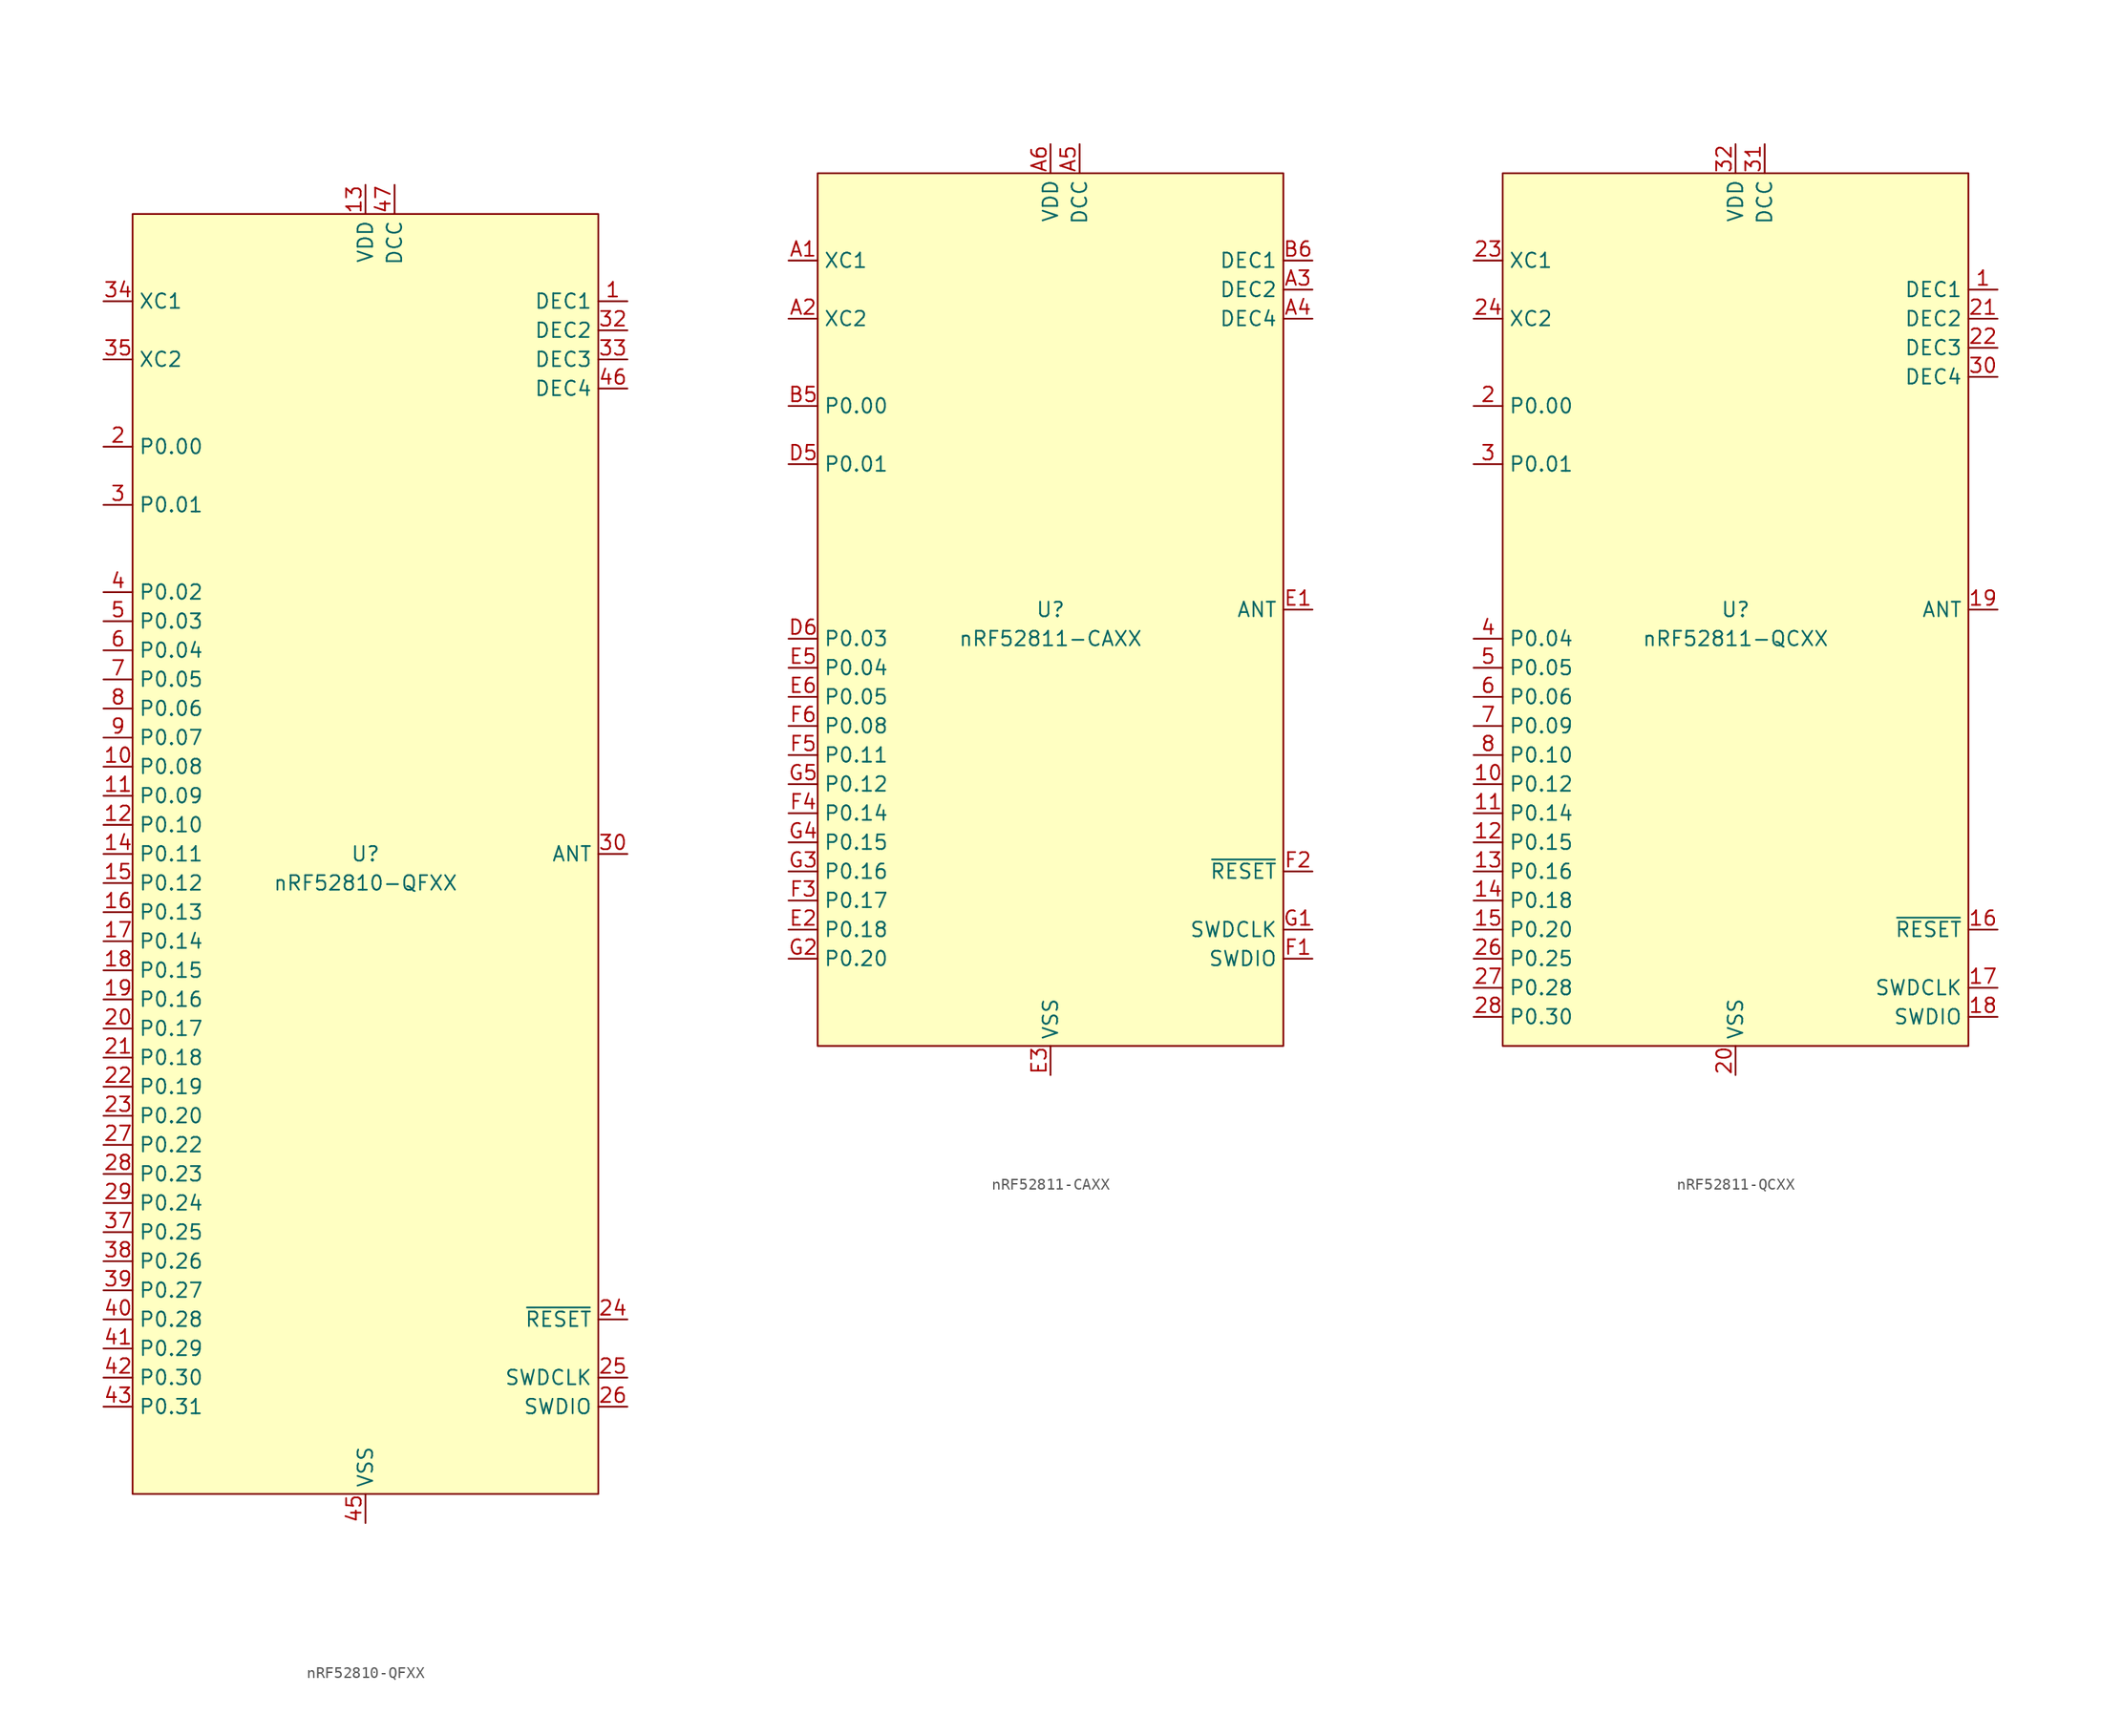
<source format=kicad_sym>
(kicad_symbol_lib
  (version 20241209)
  (generator "kicad_symbol_editor")
  (generator_version "9.0")
  (symbol "nRF52810-QFXX"
    (property "Reference" "U"
      (at 0 0 0)
      (do_not_autoplace)
      (effects (font (size 1.27 1.27))))
    (property "Value" "nRF52810-QFXX"
      (at 0 -2.54 0)
      (do_not_autoplace)
      (effects (font (size 1.27 1.27))))
    (symbol "nRF52810-QFXX_0_0"
      (pin input line (at -22.86 48.26 0) (length 2.54) (name "XC1" (effects (font (size 1.27 1.27)))) (number "34" (effects (font (size 1.27 1.27)))))
      (pin input line (at -22.86 43.18 0) (length 2.54) (name "XC2" (effects (font (size 1.27 1.27)))) (number "35" (effects (font (size 1.27 1.27)))))
      (pin bidirectional line (at -22.86 12.7 0) (length 2.54) (name "P0.06" (effects (font (size 1.27 1.27)))) (number "8" (effects (font (size 1.27 1.27)))))
      (pin bidirectional line (at -22.86 10.16 0) (length 2.54) (name "P0.07" (effects (font (size 1.27 1.27)))) (number "9" (effects (font (size 1.27 1.27)))))
      (pin bidirectional line (at -22.86 7.62 0) (length 2.54) (name "P0.08" (effects (font (size 1.27 1.27)))) (number "10" (effects (font (size 1.27 1.27)))))
      (pin bidirectional line (at -22.86 5.08 0) (length 2.54) (name "P0.09" (effects (font (size 1.27 1.27)))) (number "11" (effects (font (size 1.27 1.27)))))
      (pin bidirectional line (at -22.86 2.54 0) (length 2.54) (name "P0.10" (effects (font (size 1.27 1.27)))) (number "12" (effects (font (size 1.27 1.27)))))
      (pin bidirectional line (at -22.86 0 0) (length 2.54) (name "P0.11" (effects (font (size 1.27 1.27)))) (number "14" (effects (font (size 1.27 1.27)))))
      (pin bidirectional line (at -22.86 -2.54 0) (length 2.54) (name "P0.12" (effects (font (size 1.27 1.27)))) (number "15" (effects (font (size 1.27 1.27)))))
      (pin bidirectional line (at -22.86 -5.08 0) (length 2.54) (name "P0.13" (effects (font (size 1.27 1.27)))) (number "16" (effects (font (size 1.27 1.27)))))
      (pin bidirectional line (at -22.86 -7.62 0) (length 2.54) (name "P0.14" (effects (font (size 1.27 1.27)))) (number "17" (effects (font (size 1.27 1.27)))))
      (pin bidirectional line (at -22.86 -10.16 0) (length 2.54) (name "P0.15" (effects (font (size 1.27 1.27)))) (number "18" (effects (font (size 1.27 1.27)))))
      (pin bidirectional line (at -22.86 -12.7 0) (length 2.54) (name "P0.16" (effects (font (size 1.27 1.27)))) (number "19" (effects (font (size 1.27 1.27)))))
      (pin bidirectional line (at -22.86 -15.24 0) (length 2.54) (name "P0.17" (effects (font (size 1.27 1.27)))) (number "20" (effects (font (size 1.27 1.27)))))
      (pin bidirectional line (at -22.86 -17.78 0) (length 2.54) (name "P0.18" (effects (font (size 1.27 1.27)))) (number "21" (effects (font (size 1.27 1.27)))))
      (pin bidirectional line (at -22.86 -20.32 0) (length 2.54) (name "P0.19" (effects (font (size 1.27 1.27)))) (number "22" (effects (font (size 1.27 1.27)))))
      (pin bidirectional line (at -22.86 -22.86 0) (length 2.54) (name "P0.20" (effects (font (size 1.27 1.27)))) (number "23" (effects (font (size 1.27 1.27)))))
      (pin bidirectional line (at -22.86 -25.4 0) (length 2.54) (name "P0.22" (effects (font (size 1.27 1.27)))) (number "27" (effects (font (size 1.27 1.27)))))
      (pin bidirectional line (at -22.86 -27.94 0) (length 2.54) (name "P0.23" (effects (font (size 1.27 1.27)))) (number "28" (effects (font (size 1.27 1.27)))))
      (pin bidirectional line (at -22.86 -30.48 0) (length 2.54) (name "P0.24" (effects (font (size 1.27 1.27)))) (number "29" (effects (font (size 1.27 1.27)))))
      (pin bidirectional line (at -22.86 -33.02 0) (length 2.54) (name "P0.25" (effects (font (size 1.27 1.27)))) (number "37" (effects (font (size 1.27 1.27)))))
      (pin bidirectional line (at -22.86 -35.56 0) (length 2.54) (name "P0.26" (effects (font (size 1.27 1.27)))) (number "38" (effects (font (size 1.27 1.27)))))
      (pin bidirectional line (at -22.86 -38.1 0) (length 2.54) (name "P0.27" (effects (font (size 1.27 1.27)))) (number "39" (effects (font (size 1.27 1.27)))))
      (pin power_in line (at 0 58.42 270) (length 2.54) (name "VDD" (effects (font (size 1.27 1.27)))) (number "13" (effects (font (size 1.27 1.27)))))
      (pin power_in line (at 0 -58.42 90) (length 2.54) (name "VSS" (effects (font (size 1.27 1.27)))) (number "45" (effects (font (size 1.27 1.27)))))
      (pin power_out line (at 2.54 58.42 270) (length 2.54) (name "DCC" (effects (font (size 1.27 1.27)))) (number "47" (effects (font (size 1.27 1.27)))))
      (pin passive line (at 22.86 48.26 180) (length 2.54) (name "DEC1" (effects (font (size 1.27 1.27)))) (number "1" (effects (font (size 1.27 1.27)))))
      (pin passive line (at 22.86 45.72 180) (length 2.54) (name "DEC2" (effects (font (size 1.27 1.27)))) (number "32" (effects (font (size 1.27 1.27)))))
      (pin passive line (at 22.86 43.18 180) (length 2.54) (name "DEC3" (effects (font (size 1.27 1.27)))) (number "33" (effects (font (size 1.27 1.27)))))
      (pin passive line (at 22.86 40.64 180) (length 2.54) (name "DEC4" (effects (font (size 1.27 1.27)))) (number "46" (effects (font (size 1.27 1.27)))))
      (pin bidirectional line (at 22.86 0 180) (length 2.54) (name "ANT" (effects (font (size 1.27 1.27)))) (number "30" (effects (font (size 1.27 1.27)))))
      (pin input line (at 22.86 -45.72 180) (length 2.54) (name "SWDCLK" (effects (font (size 1.27 1.27)))) (number "25" (effects (font (size 1.27 1.27)))))
      (pin bidirectional line (at 22.86 -48.26 180) (length 2.54) (name "SWDIO" (effects (font (size 1.27 1.27)))) (number "26" (effects (font (size 1.27 1.27))))))
    (symbol "nRF52810-QFXX_1_0"
      (pin bidirectional line (at -22.86 35.56 0) (length 2.54) (name "P0.00" (effects (font (size 1.27 1.27)))) (number "2" (effects (font (size 1.27 1.27)))) (alternate "XL1" input line))
      (pin bidirectional line (at -22.86 30.48 0) (length 2.54) (name "P0.01" (effects (font (size 1.27 1.27)))) (number "3" (effects (font (size 1.27 1.27)))) (alternate "XL2" input line))
      (pin bidirectional line (at -22.86 22.86 0) (length 2.54) (name "P0.02" (effects (font (size 1.27 1.27)))) (number "4" (effects (font (size 1.27 1.27)))) (alternate "AIN0" input line))
      (pin bidirectional line (at -22.86 20.32 0) (length 2.54) (name "P0.03" (effects (font (size 1.27 1.27)))) (number "5" (effects (font (size 1.27 1.27)))) (alternate "AIN1" input line))
      (pin bidirectional line (at -22.86 17.78 0) (length 2.54) (name "P0.04" (effects (font (size 1.27 1.27)))) (number "6" (effects (font (size 1.27 1.27)))) (alternate "AIN2" input line))
      (pin bidirectional line (at -22.86 15.24 0) (length 2.54) (name "P0.05" (effects (font (size 1.27 1.27)))) (number "7" (effects (font (size 1.27 1.27)))) (alternate "AIN3" input line))
      (pin bidirectional line (at -22.86 -40.64 0) (length 2.54) (name "P0.28" (effects (font (size 1.27 1.27)))) (number "40" (effects (font (size 1.27 1.27)))) (alternate "AIN4" input line))
      (pin bidirectional line (at -22.86 -43.18 0) (length 2.54) (name "P0.29" (effects (font (size 1.27 1.27)))) (number "41" (effects (font (size 1.27 1.27)))) (alternate "AIN5" input line))
      (pin bidirectional line (at -22.86 -45.72 0) (length 2.54) (name "P0.30" (effects (font (size 1.27 1.27)))) (number "42" (effects (font (size 1.27 1.27)))) (alternate "AIN6" input line))
      (pin bidirectional line (at -22.86 -48.26 0) (length 2.54) (name "P0.31" (effects (font (size 1.27 1.27)))) (number "43" (effects (font (size 1.27 1.27)))) (alternate "AIN7" input line))
      (pin passive line (at 0 58.42 270) (length 2.54) (hide yes) (name "VDD" (effects (font (size 1.27 1.27)))) (number "36" (effects (font (size 1.27 1.27)))))
      (pin passive line (at 0 58.42 270) (length 2.54) (hide yes) (name "VDD" (effects (font (size 1.27 1.27)))) (number "48" (effects (font (size 1.27 1.27)))))
      (pin passive line (at 0 -58.42 90) (length 2.54) (hide yes) (name "VSS" (effects (font (size 1.27 1.27)))) (number "31" (effects (font (size 1.27 1.27)))))
      (pin passive line (at 0 -58.42 90) (length 2.54) (hide yes) (name "NC" (effects (font (size 1.27 1.27)))) (number "44" (effects (font (size 1.27 1.27)))))
      (pin passive line (at 0 -58.42 90) (length 2.54) (hide yes) (name "EP" (effects (font (size 1.27 1.27)))) (number "49" (effects (font (size 1.27 1.27)))))
      (pin input line (at 22.86 -40.64 180) (length 2.54) (name "~{RESET}" (effects (font (size 1.27 1.27)))) (number "24" (effects (font (size 1.27 1.27)))) (alternate "P0.21" bidirectional line)))
    (symbol "nRF52810-QFXX_1_1"
      (rectangle (start -20.32 55.88) (end 20.32 -55.88) (stroke (width 0) (type default)) (fill (type background)))))
  (symbol "nRF52811-CAXX"
    (property "Reference" "U"
      (at 0 0 0)
      (do_not_autoplace)
      (effects (font (size 1.27 1.27))))
    (property "Value" "nRF52811-CAXX"
      (at 0 -2.54 0)
      (do_not_autoplace)
      (effects (font (size 1.27 1.27))))
    (symbol "nRF52811-CAXX_0_0"
      (pin input line (at -22.86 30.48 0) (length 2.54) (name "XC1" (effects (font (size 1.27 1.27)))) (number "A1" (effects (font (size 1.27 1.27)))))
      (pin input line (at -22.86 25.4 0) (length 2.54) (name "XC2" (effects (font (size 1.27 1.27)))) (number "A2" (effects (font (size 1.27 1.27)))))
      (pin bidirectional line (at -22.86 -10.16 0) (length 2.54) (name "P0.08" (effects (font (size 1.27 1.27)))) (number "F6" (effects (font (size 1.27 1.27)))))
      (pin bidirectional line (at -22.86 -12.7 0) (length 2.54) (name "P0.11" (effects (font (size 1.27 1.27)))) (number "F5" (effects (font (size 1.27 1.27)))))
      (pin bidirectional line (at -22.86 -15.24 0) (length 2.54) (name "P0.12" (effects (font (size 1.27 1.27)))) (number "G5" (effects (font (size 1.27 1.27)))))
      (pin bidirectional line (at -22.86 -17.78 0) (length 2.54) (name "P0.14" (effects (font (size 1.27 1.27)))) (number "F4" (effects (font (size 1.27 1.27)))))
      (pin bidirectional line (at -22.86 -20.32 0) (length 2.54) (name "P0.15" (effects (font (size 1.27 1.27)))) (number "G4" (effects (font (size 1.27 1.27)))))
      (pin bidirectional line (at -22.86 -22.86 0) (length 2.54) (name "P0.16" (effects (font (size 1.27 1.27)))) (number "G3" (effects (font (size 1.27 1.27)))))
      (pin bidirectional line (at -22.86 -25.4 0) (length 2.54) (name "P0.17" (effects (font (size 1.27 1.27)))) (number "F3" (effects (font (size 1.27 1.27)))))
      (pin bidirectional line (at -22.86 -27.94 0) (length 2.54) (name "P0.18" (effects (font (size 1.27 1.27)))) (number "E2" (effects (font (size 1.27 1.27)))))
      (pin bidirectional line (at -22.86 -30.48 0) (length 2.54) (name "P0.20" (effects (font (size 1.27 1.27)))) (number "G2" (effects (font (size 1.27 1.27)))))
      (pin power_in line (at 0 40.64 270) (length 2.54) (name "VDD" (effects (font (size 1.27 1.27)))) (number "A6" (effects (font (size 1.27 1.27)))))
      (pin power_in line (at 0 -40.64 90) (length 2.54) (name "VSS" (effects (font (size 1.27 1.27)))) (number "E3" (effects (font (size 1.27 1.27)))))
      (pin power_out line (at 2.54 40.64 270) (length 2.54) (name "DCC" (effects (font (size 1.27 1.27)))) (number "A5" (effects (font (size 1.27 1.27)))))
      (pin bidirectional line (at 22.86 0 180) (length 2.54) (name "ANT" (effects (font (size 1.27 1.27)))) (number "E1" (effects (font (size 1.27 1.27)))))
      (pin input line (at 22.86 -27.94 180) (length 2.54) (name "SWDCLK" (effects (font (size 1.27 1.27)))) (number "G1" (effects (font (size 1.27 1.27)))))
      (pin bidirectional line (at 22.86 -30.48 180) (length 2.54) (name "SWDIO" (effects (font (size 1.27 1.27)))) (number "F1" (effects (font (size 1.27 1.27))))))
    (symbol "nRF52811-CAXX_1_0"
      (pin bidirectional line (at -22.86 17.78 0) (length 2.54) (name "P0.00" (effects (font (size 1.27 1.27)))) (number "B5" (effects (font (size 1.27 1.27)))) (alternate "XL1" input line))
      (pin bidirectional line (at -22.86 12.7 0) (length 2.54) (name "P0.01" (effects (font (size 1.27 1.27)))) (number "D5" (effects (font (size 1.27 1.27)))) (alternate "XL2" input line))
      (pin bidirectional line (at -22.86 -2.54 0) (length 2.54) (name "P0.03" (effects (font (size 1.27 1.27)))) (number "D6" (effects (font (size 1.27 1.27)))) (alternate "AIN1" input line))
      (pin bidirectional line (at -22.86 -5.08 0) (length 2.54) (name "P0.04" (effects (font (size 1.27 1.27)))) (number "E5" (effects (font (size 1.27 1.27)))) (alternate "AIN2" input line))
      (pin bidirectional line (at -22.86 -7.62 0) (length 2.54) (name "P0.05" (effects (font (size 1.27 1.27)))) (number "E6" (effects (font (size 1.27 1.27)))) (alternate "AIN3" input line))
      (pin passive line (at 0 40.64 270) (length 2.54) (hide yes) (name "VDD" (effects (font (size 1.27 1.27)))) (number "G6" (effects (font (size 1.27 1.27)))))
      (pin passive line (at 0 -40.64 90) (length 2.54) (hide yes) (name "VSS" (effects (font (size 1.27 1.27)))) (number "B3" (effects (font (size 1.27 1.27)))))
      (pin passive line (at 0 -40.64 90) (length 2.54) (hide yes) (name "VSS" (effects (font (size 1.27 1.27)))) (number "B4" (effects (font (size 1.27 1.27)))))
      (pin passive line (at 0 -40.64 90) (length 2.54) (hide yes) (name "VSS_PA" (effects (font (size 1.27 1.27)))) (number "C1" (effects (font (size 1.27 1.27)))))
      (pin passive line (at 0 -40.64 90) (length 2.54) (hide yes) (name "VSS" (effects (font (size 1.27 1.27)))) (number "D3" (effects (font (size 1.27 1.27)))))
      (pin passive line (at 0 -40.64 90) (length 2.54) (hide yes) (name "VSS" (effects (font (size 1.27 1.27)))) (number "D4" (effects (font (size 1.27 1.27)))))
      (pin passive line (at 0 -40.64 90) (length 2.54) (hide yes) (name "VSS" (effects (font (size 1.27 1.27)))) (number "E4" (effects (font (size 1.27 1.27)))))
      (pin passive line (at 22.86 30.48 180) (length 2.54) (name "DEC1" (effects (font (size 1.27 1.27)))) (number "B6" (effects (font (size 1.27 1.27)))))
      (pin passive line (at 22.86 27.94 180) (length 2.54) (name "DEC2" (effects (font (size 1.27 1.27)))) (number "A3" (effects (font (size 1.27 1.27)))))
      (pin passive line (at 22.86 25.4 180) (length 2.54) (name "DEC4" (effects (font (size 1.27 1.27)))) (number "A4" (effects (font (size 1.27 1.27)))))
      (pin input line (at 22.86 -22.86 180) (length 2.54) (name "~{RESET}" (effects (font (size 1.27 1.27)))) (number "F2" (effects (font (size 1.27 1.27)))) (alternate "P0.21" bidirectional line)))
    (symbol "nRF52811-CAXX_1_1"
      (rectangle (start -20.32 38.1) (end 20.32 -38.1) (stroke (width 0) (type default)) (fill (type background)))))
  (symbol "nRF52811-QCXX"
    (property "Reference" "U"
      (at 0 0 0)
      (do_not_autoplace)
      (effects (font (size 1.27 1.27))))
    (property "Value" "nRF52811-QCXX"
      (at 0 -2.54 0)
      (do_not_autoplace)
      (effects (font (size 1.27 1.27))))
    (symbol "nRF52811-QCXX_0_0"
      (pin input line (at -22.86 30.48 0) (length 2.54) (name "XC1" (effects (font (size 1.27 1.27)))) (number "23" (effects (font (size 1.27 1.27)))))
      (pin input line (at -22.86 25.4 0) (length 2.54) (name "XC2" (effects (font (size 1.27 1.27)))) (number "24" (effects (font (size 1.27 1.27)))))
      (pin bidirectional line (at -22.86 -7.62 0) (length 2.54) (name "P0.06" (effects (font (size 1.27 1.27)))) (number "6" (effects (font (size 1.27 1.27)))))
      (pin bidirectional line (at -22.86 -10.16 0) (length 2.54) (name "P0.09" (effects (font (size 1.27 1.27)))) (number "7" (effects (font (size 1.27 1.27)))))
      (pin bidirectional line (at -22.86 -12.7 0) (length 2.54) (name "P0.10" (effects (font (size 1.27 1.27)))) (number "8" (effects (font (size 1.27 1.27)))))
      (pin bidirectional line (at -22.86 -15.24 0) (length 2.54) (name "P0.12" (effects (font (size 1.27 1.27)))) (number "10" (effects (font (size 1.27 1.27)))))
      (pin bidirectional line (at -22.86 -17.78 0) (length 2.54) (name "P0.14" (effects (font (size 1.27 1.27)))) (number "11" (effects (font (size 1.27 1.27)))))
      (pin bidirectional line (at -22.86 -20.32 0) (length 2.54) (name "P0.15" (effects (font (size 1.27 1.27)))) (number "12" (effects (font (size 1.27 1.27)))))
      (pin bidirectional line (at -22.86 -22.86 0) (length 2.54) (name "P0.16" (effects (font (size 1.27 1.27)))) (number "13" (effects (font (size 1.27 1.27)))))
      (pin bidirectional line (at -22.86 -25.4 0) (length 2.54) (name "P0.18" (effects (font (size 1.27 1.27)))) (number "14" (effects (font (size 1.27 1.27)))))
      (pin bidirectional line (at -22.86 -27.94 0) (length 2.54) (name "P0.20" (effects (font (size 1.27 1.27)))) (number "15" (effects (font (size 1.27 1.27)))))
      (pin bidirectional line (at -22.86 -30.48 0) (length 2.54) (name "P0.25" (effects (font (size 1.27 1.27)))) (number "26" (effects (font (size 1.27 1.27)))))
      (pin power_in line (at 0 40.64 270) (length 2.54) (name "VDD" (effects (font (size 1.27 1.27)))) (number "32" (effects (font (size 1.27 1.27)))))
      (pin power_in line (at 0 -40.64 90) (length 2.54) (name "VSS" (effects (font (size 1.27 1.27)))) (number "20" (effects (font (size 1.27 1.27)))))
      (pin power_out line (at 2.54 40.64 270) (length 2.54) (name "DCC" (effects (font (size 1.27 1.27)))) (number "31" (effects (font (size 1.27 1.27)))))
      (pin bidirectional line (at 22.86 0 180) (length 2.54) (name "ANT" (effects (font (size 1.27 1.27)))) (number "19" (effects (font (size 1.27 1.27)))))
      (pin input line (at 22.86 -33.02 180) (length 2.54) (name "SWDCLK" (effects (font (size 1.27 1.27)))) (number "17" (effects (font (size 1.27 1.27))))))
    (symbol "nRF52811-QCXX_1_0"
      (pin bidirectional line (at -22.86 17.78 0) (length 2.54) (name "P0.00" (effects (font (size 1.27 1.27)))) (number "2" (effects (font (size 1.27 1.27)))) (alternate "XL1" input line))
      (pin bidirectional line (at -22.86 12.7 0) (length 2.54) (name "P0.01" (effects (font (size 1.27 1.27)))) (number "3" (effects (font (size 1.27 1.27)))) (alternate "XL2" input line))
      (pin bidirectional line (at -22.86 -2.54 0) (length 2.54) (name "P0.04" (effects (font (size 1.27 1.27)))) (number "4" (effects (font (size 1.27 1.27)))) (alternate "AIN2" input line))
      (pin bidirectional line (at -22.86 -5.08 0) (length 2.54) (name "P0.05" (effects (font (size 1.27 1.27)))) (number "5" (effects (font (size 1.27 1.27)))) (alternate "AIN3" input line))
      (pin bidirectional line (at -22.86 -33.02 0) (length 2.54) (name "P0.28" (effects (font (size 1.27 1.27)))) (number "27" (effects (font (size 1.27 1.27)))) (alternate "AIN4" input line))
      (pin bidirectional line (at -22.86 -35.56 0) (length 2.54) (name "P0.30" (effects (font (size 1.27 1.27)))) (number "28" (effects (font (size 1.27 1.27)))) (alternate "AIN6" input line))
      (pin passive line (at 0 40.64 270) (length 2.54) (hide yes) (name "VDD" (effects (font (size 1.27 1.27)))) (number "25" (effects (font (size 1.27 1.27)))))
      (pin passive line (at 0 40.64 270) (length 2.54) (hide yes) (name "VDD" (effects (font (size 1.27 1.27)))) (number "9" (effects (font (size 1.27 1.27)))))
      (pin passive line (at 0 -40.64 90) (length 2.54) (hide yes) (name "VSS" (effects (font (size 1.27 1.27)))) (number "29" (effects (font (size 1.27 1.27)))))
      (pin passive line (at 0 -40.64 90) (length 2.54) (hide yes) (name "VSS" (effects (font (size 1.27 1.27)))) (number "33" (effects (font (size 1.27 1.27)))))
      (pin passive line (at 22.86 27.94 180) (length 2.54) (name "DEC1" (effects (font (size 1.27 1.27)))) (number "1" (effects (font (size 1.27 1.27)))))
      (pin passive line (at 22.86 25.4 180) (length 2.54) (name "DEC2" (effects (font (size 1.27 1.27)))) (number "21" (effects (font (size 1.27 1.27)))))
      (pin passive line (at 22.86 22.86 180) (length 2.54) (name "DEC3" (effects (font (size 1.27 1.27)))) (number "22" (effects (font (size 1.27 1.27)))))
      (pin passive line (at 22.86 20.32 180) (length 2.54) (name "DEC4" (effects (font (size 1.27 1.27)))) (number "30" (effects (font (size 1.27 1.27)))))
      (pin input line (at 22.86 -27.94 180) (length 2.54) (name "~{RESET}" (effects (font (size 1.27 1.27)))) (number "16" (effects (font (size 1.27 1.27)))) (alternate "P0.21" bidirectional line))
      (pin bidirectional line (at 22.86 -35.56 180) (length 2.54) (name "SWDIO" (effects (font (size 1.27 1.27)))) (number "18" (effects (font (size 1.27 1.27))))))
    (symbol "nRF52811-QCXX_1_1"
      (rectangle (start -20.32 38.1) (end 20.32 -38.1) (stroke (width 0) (type default)) (fill (type background))))))
</source>
